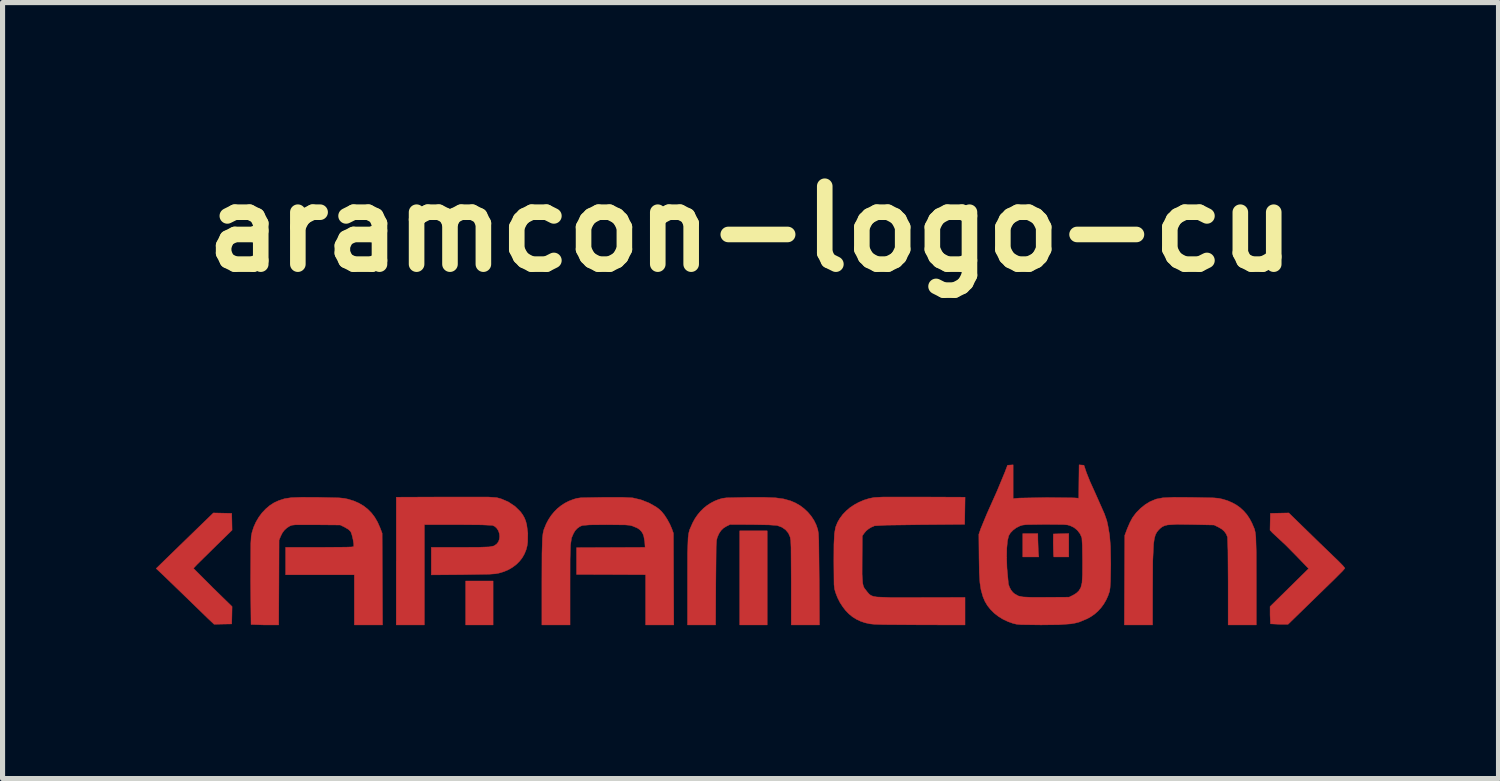
<source format=kicad_pcb>
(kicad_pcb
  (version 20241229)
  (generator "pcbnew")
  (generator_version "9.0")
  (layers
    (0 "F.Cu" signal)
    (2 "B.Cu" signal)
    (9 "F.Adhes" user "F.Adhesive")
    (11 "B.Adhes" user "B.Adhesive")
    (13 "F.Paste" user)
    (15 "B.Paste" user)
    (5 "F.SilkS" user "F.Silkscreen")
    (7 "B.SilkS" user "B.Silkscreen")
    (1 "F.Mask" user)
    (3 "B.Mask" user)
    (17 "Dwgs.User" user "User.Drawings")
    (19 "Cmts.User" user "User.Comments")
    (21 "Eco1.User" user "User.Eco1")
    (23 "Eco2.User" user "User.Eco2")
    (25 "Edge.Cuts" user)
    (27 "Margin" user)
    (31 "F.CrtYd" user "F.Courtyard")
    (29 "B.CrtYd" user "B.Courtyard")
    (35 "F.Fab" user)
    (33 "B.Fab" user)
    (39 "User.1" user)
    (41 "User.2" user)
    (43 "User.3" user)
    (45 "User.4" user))
  (footprint "aramcon-logo-cu"
    (layer "F.Cu")
    (at 11.629 7.607)
    (property "Reference" "aramcon-logo-cu" (at 0 -6.18 0) (layer "F.SilkS") (effects (font (size 1.524 1.524) (thickness 0.305))))
    (attr smd)
    (fp_poly (pts (xy -5.572 1.136) (xy -5.572 0.706) (xy -5.304 0.706) (xy -5.035 0.706) (xy -5.035 1.136) (xy -5.035 1.566) (xy -5.304 1.566) (xy -5.572 1.566) (xy -5.572 1.136)) (stroke (width 0.008) (type solid)) (fill yes) (layer "F.Cu"))
    (fp_poly (pts (xy -0.212 0.646) (xy -0.212 -0.275) (xy 0.057 -0.275) (xy 0.326 -0.275) (xy 0.326 0.646) (xy 0.326 1.566) (xy 0.057 1.566) (xy -0.212 1.566) (xy -0.212 0.646)) (stroke (width 0.008) (type solid)) (fill yes) (layer "F.Cu"))
    (fp_poly (pts (xy 5.925 0.185) (xy 5.92 -0.04) (xy 5.922 -0.214) (xy 6.073 -0.218) (xy 6.224 -0.222) (xy 6.224 0.007) (xy 6.224 0.236) (xy 6.078 0.236) (xy 5.931 0.236) (xy 5.925 0.186) (xy 5.925 0.185)) (stroke (width 0.008) (type solid)) (fill yes) (layer "F.Cu"))
    (fp_poly (pts (xy 5.324 0.007) (xy 5.324 -0.221) (xy 5.472 -0.221) (xy 5.619 -0.221) (xy 5.62 -0.103) (xy 5.628 0.125) (xy 5.637 0.236) (xy 5.48 0.236) (xy 5.324 0.236) (xy 5.324 0.007) (xy 5.324 0.007) (xy 5.324 0.007)) (stroke (width 0.008) (type solid)) (fill yes) (layer "F.Cu"))
    (fp_poly (pts (xy -10.615 1.436) (xy -11.055 1.009) (xy -11.498 0.581) (xy -11.625 0.462) (xy -11.423 0.265) (xy -10.863 -0.279) (xy -10.506 -0.625) (xy -10.326 -0.621) (xy -10.147 -0.617) (xy -10.143 -0.453) (xy -10.14 -0.289) (xy -10.446 0.01) (xy -10.824 0.382) (xy -10.881 0.442) (xy -10.893 0.461) (xy -10.516 0.839) (xy -10.14 1.206) (xy -10.143 1.376) (xy -10.147 1.546) (xy -10.319 1.549) (xy -10.491 1.553) (xy -10.615 1.436) (xy -10.615 1.436)) (stroke (width 0.008) (type solid)) (fill yes) (layer "F.Cu"))
    (fp_poly (pts (xy 10.169 1.543) (xy 10.161 1.371) (xy 10.161 1.206) (xy 10.538 0.835) (xy 10.915 0.464) (xy 10.669 0.209) (xy 10.472 0.009) (xy 10.341 -0.113) (xy 10.209 -0.235) (xy 10.16 -0.289) (xy 10.163 -0.453) (xy 10.167 -0.617) (xy 10.347 -0.621) (xy 10.527 -0.625) (xy 10.696 -0.46) (xy 11.121 -0.046) (xy 11.501 0.32) (xy 11.588 0.409) (xy 11.625 0.456) (xy 11.581 0.508) (xy 11.429 0.661) (xy 10.669 1.401) (xy 10.513 1.553) (xy 10.346 1.553) (xy 10.169 1.544) (xy 10.169 1.544) (xy 10.169 1.543)) (stroke (width 0.008) (type solid)) (fill yes) (layer "F.Cu"))
    (fp_poly (pts (xy -6.929 0.316) (xy -6.929 -0.933) (xy -6.187 -0.936) (xy -5.124 -0.936) (xy -4.965 -0.925) (xy -4.878 -0.901) (xy -4.734 -0.839) (xy -4.607 -0.754) (xy -4.501 -0.65) (xy -4.458 -0.592) (xy -4.424 -0.532) (xy -4.398 -0.469) (xy -4.378 -0.395) (xy -4.356 -0.228) (xy -4.359 -0.057) (xy -4.37 0.022) (xy -4.389 0.094) (xy -4.422 0.176) (xy -4.466 0.253) (xy -4.52 0.322) (xy -4.583 0.384) (xy -4.655 0.438) (xy -4.735 0.485) (xy -4.824 0.523) (xy -4.921 0.552) (xy -4.992 0.565) (xy -5.108 0.573) (xy -5.63 0.582) (xy -6.244 0.587) (xy -6.244 0.318) (xy -6.244 0.048) (xy -5.669 0.048) (xy -5.311 0.046) (xy -5.113 0.039) (xy -5.018 0.02) (xy -4.966 -0.016) (xy -4.932 -0.059) (xy -4.913 -0.11) (xy -4.907 -0.166) (xy -4.913 -0.222) (xy -4.931 -0.276) (xy -4.96 -0.322) (xy -4.998 -0.359) (xy -5.046 -0.382) (xy -5.255 -0.392) (xy -5.737 -0.396) (xy -6.379 -0.396) (xy -6.379 0.585) (xy -6.379 1.566) (xy -6.654 1.566) (xy -6.93 1.566) (xy -6.93 0.316) (xy -6.929 0.316)) (stroke (width 0.008) (type solid)) (fill yes) (layer "F.Cu"))
    (fp_poly (pts (xy 7.315 0.689) (xy 7.319 -0.187) (xy 7.369 -0.32) (xy 7.42 -0.438) (xy 7.474 -0.538) (xy 7.543 -0.629) (xy 7.628 -0.715) (xy 7.72 -0.789) (xy 7.812 -0.845) (xy 7.93 -0.895) (xy 8.064 -0.921) (xy 8.273 -0.931) (xy 8.615 -0.929) (xy 9.058 -0.92) (xy 9.156 -0.911) (xy 9.23 -0.895) (xy 9.329 -0.865) (xy 9.419 -0.826) (xy 9.503 -0.78) (xy 9.578 -0.726) (xy 9.646 -0.663) (xy 9.707 -0.593) (xy 9.76 -0.514) (xy 9.806 -0.427) (xy 9.857 -0.308) (xy 9.872 -0.242) (xy 9.882 -0.155) (xy 9.891 0.142) (xy 9.892 0.695) (xy 9.892 1.566) (xy 9.616 1.566) (xy 9.341 1.566) (xy 9.341 0.73) (xy 9.337 0.11) (xy 9.328 -0.153) (xy 9.304 -0.212) (xy 9.267 -0.264) (xy 9.218 -0.308) (xy 9.155 -0.345) (xy 9.066 -0.389) (xy 8.643 -0.398) (xy 8.338 -0.402) (xy 8.159 -0.391) (xy 8.102 -0.377) (xy 8.057 -0.357) (xy 8.019 -0.329) (xy 7.981 -0.292) (xy 7.946 -0.249) (xy 7.918 -0.196) (xy 7.898 -0.123) (xy 7.883 -0.02) (xy 7.867 0.315) (xy 7.864 0.891) (xy 7.863 1.566) (xy 7.587 1.566) (xy 7.311 1.566) (xy 7.315 0.689) (xy 7.315 0.689)) (stroke (width 0.008) (type solid)) (fill yes) (layer "F.Cu"))
    (fp_poly (pts (xy -1.233 0.711) (xy -1.232 0.157) (xy -1.221 -0.14) (xy -1.209 -0.229) (xy -1.191 -0.297) (xy -1.131 -0.433) (xy -1.088 -0.512) (xy -1.038 -0.585) (xy -0.982 -0.653) (xy -0.92 -0.715) (xy -0.852 -0.77) (xy -0.78 -0.817) (xy -0.704 -0.857) (xy -0.624 -0.889) (xy -0.553 -0.91) (xy -0.47 -0.921) (xy -0.051 -0.93) (xy 0.269 -0.93) (xy 0.49 -0.921) (xy 0.649 -0.899) (xy 0.784 -0.861) (xy 0.877 -0.821) (xy 0.965 -0.771) (xy 1.046 -0.71) (xy 1.12 -0.641) (xy 1.185 -0.564) (xy 1.24 -0.481) (xy 1.284 -0.392) (xy 1.315 -0.3) (xy 1.328 -0.226) (xy 1.335 -0.079) (xy 1.343 0.676) (xy 1.348 1.566) (xy 1.072 1.566) (xy 0.796 1.566) (xy 0.796 0.742) (xy 0.792 0.054) (xy 0.786 -0.086) (xy 0.775 -0.152) (xy 0.74 -0.231) (xy 0.685 -0.296) (xy 0.612 -0.346) (xy 0.52 -0.38) (xy 0.362 -0.391) (xy 0.034 -0.397) (xy -0.4 -0.399) (xy -0.474 -0.363) (xy -0.53 -0.328) (xy -0.577 -0.282) (xy -0.617 -0.222) (xy -0.65 -0.147) (xy -0.664 -0.09) (xy -0.672 0.034) (xy -0.679 0.743) (xy -0.683 1.566) (xy -0.958 1.566) (xy -1.233 1.566) (xy -1.233 0.711) (xy -1.233 0.711)) (stroke (width 0.008) (type solid)) (fill yes) (layer "F.Cu"))
    (fp_poly (pts (xy 2.336 1.544) (xy 2.24 1.523) (xy 2.152 1.493) (xy 2.071 1.455) (xy 1.996 1.408) (xy 1.927 1.352) (xy 1.863 1.287) (xy 1.804 1.211) (xy 1.749 1.126) (xy 1.701 1.031) (xy 1.662 0.93) (xy 1.643 0.862) (xy 1.633 0.774) (xy 1.629 0.319) (xy 1.631 -0.013) (xy 1.641 -0.218) (xy 1.663 -0.345) (xy 1.702 -0.442) (xy 1.749 -0.522) (xy 1.805 -0.597) (xy 1.872 -0.666) (xy 1.947 -0.73) (xy 2.031 -0.786) (xy 2.121 -0.835) (xy 2.218 -0.876) (xy 2.321 -0.908) (xy 2.417 -0.927) (xy 2.584 -0.936) (xy 3.52 -0.936) (xy 4.196 -0.933) (xy 4.192 -0.668) (xy 4.188 -0.402) (xy 3.328 -0.395) (xy 2.659 -0.386) (xy 2.424 -0.373) (xy 2.363 -0.346) (xy 2.308 -0.313) (xy 2.262 -0.275) (xy 2.226 -0.233) (xy 2.186 -0.176) (xy 2.183 0.273) (xy 2.182 0.576) (xy 2.193 0.747) (xy 2.205 0.801) (xy 2.223 0.843) (xy 2.282 0.919) (xy 2.316 0.958) (xy 2.35 0.986) (xy 2.398 1.006) (xy 2.472 1.019) (xy 2.76 1.03) (xy 3.325 1.029) (xy 4.195 1.027) (xy 4.195 1.296) (xy 4.195 1.566) (xy 3.319 1.564) (xy 2.598 1.559) (xy 2.427 1.553) (xy 2.336 1.544) (xy 2.336 1.544) (xy 2.336 1.544)) (stroke (width 0.008) (type solid)) (fill yes) (layer "F.Cu"))
    (fp_poly (pts (xy -9.769 1.557) (xy -9.778 0.706) (xy -9.774 -0.029) (xy -9.766 -0.164) (xy -9.751 -0.242) (xy -9.718 -0.347) (xy -9.673 -0.447) (xy -9.618 -0.541) (xy -9.554 -0.627) (xy -9.481 -0.704) (xy -9.402 -0.771) (xy -9.318 -0.825) (xy -9.229 -0.866) (xy -9.112 -0.904) (xy -8.98 -0.924) (xy -8.784 -0.931) (xy -8.47 -0.93) (xy -8.043 -0.92) (xy -7.945 -0.91) (xy -7.87 -0.894) (xy -7.76 -0.86) (xy -7.659 -0.816) (xy -7.568 -0.762) (xy -7.487 -0.699) (xy -7.414 -0.625) (xy -7.35 -0.541) (xy -7.295 -0.446) (xy -7.248 -0.341) (xy -7.205 -0.228) (xy -7.201 0.669) (xy -7.197 1.566) (xy -7.473 1.566) (xy -7.749 1.566) (xy -7.749 1.075) (xy -7.749 0.585) (xy -8.421 0.585) (xy -9.093 0.585) (xy -9.093 0.316) (xy -9.093 0.048) (xy -8.429 0.048) (xy -7.912 0.044) (xy -7.797 0.04) (xy -7.76 0.032) (xy -7.761 -0.021) (xy -7.775 -0.109) (xy -7.797 -0.199) (xy -7.818 -0.257) (xy -7.861 -0.301) (xy -7.935 -0.345) (xy -8.024 -0.389) (xy -8.49 -0.393) (xy -8.899 -0.393) (xy -8.971 -0.385) (xy -9.011 -0.369) (xy -9.068 -0.333) (xy -9.117 -0.288) (xy -9.158 -0.233) (xy -9.189 -0.171) (xy -9.221 -0.093) (xy -9.224 0.736) (xy -9.228 1.566) (xy -9.494 1.566) (xy -9.769 1.557) (xy -9.769 1.557)) (stroke (width 0.008) (type solid)) (fill yes) (layer "F.Cu"))
    (fp_poly (pts (xy -4.081 0.716) (xy -4.079 0.167) (xy -4.07 -0.134) (xy -4.059 -0.225) (xy -4.044 -0.293) (xy -3.995 -0.414) (xy -3.95 -0.498) (xy -3.899 -0.575) (xy -3.841 -0.646) (xy -3.778 -0.71) (xy -3.708 -0.766) (xy -3.634 -0.815) (xy -3.554 -0.856) (xy -3.47 -0.889) (xy -3.4 -0.91) (xy -3.315 -0.922) (xy -2.881 -0.93) (xy -2.5 -0.93) (xy -2.304 -0.92) (xy -2.143 -0.882) (xy -1.985 -0.82) (xy -1.847 -0.742) (xy -1.789 -0.699) (xy -1.741 -0.654) (xy -1.684 -0.584) (xy -1.628 -0.497) (xy -1.578 -0.405) (xy -1.539 -0.315) (xy -1.508 -0.228) (xy -1.505 0.669) (xy -1.501 1.566) (xy -1.777 1.566) (xy -2.052 1.566) (xy -2.052 1.076) (xy -2.052 0.585) (xy -2.096 0.583) (xy -2.771 0.58) (xy -3.403 0.578) (xy -3.403 0.316) (xy -3.403 0.054) (xy -2.732 0.051) (xy -2.062 0.048) (xy -2.069 -0.06) (xy -2.089 -0.175) (xy -2.108 -0.222) (xy -2.133 -0.262) (xy -2.165 -0.296) (xy -2.205 -0.325) (xy -2.31 -0.37) (xy -2.366 -0.384) (xy -2.448 -0.391) (xy -2.814 -0.395) (xy -3.144 -0.392) (xy -3.289 -0.38) (xy -3.341 -0.358) (xy -3.388 -0.324) (xy -3.429 -0.28) (xy -3.461 -0.228) (xy -3.501 -0.135) (xy -3.521 0.003) (xy -3.529 0.274) (xy -3.53 0.77) (xy -3.53 1.566) (xy -3.806 1.566) (xy -4.081 1.566) (xy -4.081 0.716) (xy -4.081 0.716) (xy -4.081 0.716)) (stroke (width 0.008) (type solid)) (fill yes) (layer "F.Cu"))
    (fp_poly (pts (xy 6.308 0.984) (xy 7.04 0.713) (xy 7.032 0.837) (xy 7.022 0.909) (xy 6.991 0.997) (xy 6.953 1.08) (xy 6.908 1.157) (xy 6.856 1.228) (xy 6.797 1.293) (xy 6.733 1.35) (xy 6.662 1.4) (xy 6.586 1.443) (xy 6.433 1.507) (xy 6.354 1.528) (xy 6.265 1.544) (xy 6.031 1.561) (xy 5.68 1.565) (xy 5.293 1.56) (xy 5.206 1.552) (xy 5.142 1.537) (xy 5.142 1.537) (xy 5.142 1.538) (xy 5.037 1.501) (xy 4.939 1.455) (xy 4.848 1.399) (xy 4.766 1.335) (xy 4.694 1.263) (xy 4.632 1.185) (xy 4.582 1.1) (xy 4.545 1.011) (xy 4.508 0.88) (xy 4.486 0.738) (xy 4.474 0.541) (xy 4.469 0.246) (xy 4.465 -0.207) (xy 4.503 -0.318) (xy 4.624 -0.611) (xy 4.821 -1.052) (xy 4.975 -1.423) (xy 5.026 -1.558) (xy 5.081 -1.562) (xy 5.136 -1.566) (xy 5.136 -1.236) (xy 5.136 -0.906) (xy 5.26 -0.916) (xy 5.791 -0.926) (xy 6.325 -0.92) (xy 6.419 -0.913) (xy 6.422 -1.24) (xy 6.426 -1.566) (xy 6.473 -1.562) (xy 6.521 -1.558) (xy 6.567 -1.42) (xy 6.638 -1.242) (xy 6.743 -1.01) (xy 6.922 -0.606) (xy 6.969 -0.471) (xy 6.99 -0.375) (xy 7.022 -0.19) (xy 7.04 0.032) (xy 7.046 0.377) (xy 7.04 0.713) (xy 6.308 0.984) (xy 6.373 0.944) (xy 6.42 0.9) (xy 6.46 0.834) (xy 6.483 0.742) (xy 6.492 0.583) (xy 6.493 0.316) (xy 6.489 0.013) (xy 6.48 -0.138) (xy 6.446 -0.216) (xy 6.394 -0.284) (xy 6.328 -0.339) (xy 6.249 -0.377) (xy 6.198 -0.391) (xy 6.12 -0.398) (xy 5.76 -0.401) (xy 5.393 -0.396) (xy 5.32 -0.387) (xy 5.268 -0.371) (xy 5.197 -0.335) (xy 5.133 -0.287) (xy 5.082 -0.234) (xy 5.049 -0.178) (xy 5.026 -0.082) (xy 5.012 0.061) (xy 5.009 0.242) (xy 5.015 0.451) (xy 5.044 0.767) (xy 5.064 0.826) (xy 5.094 0.882) (xy 5.13 0.928) (xy 5.168 0.96) (xy 5.239 0.999) (xy 5.329 1.018) (xy 5.489 1.025) (xy 5.774 1.025) (xy 6.231 1.022) (xy 6.308 0.984) (xy 6.308 0.984)) (stroke (width 0.008) (type solid)) (fill yes) (layer "F.Cu"))
    (fp_poly (pts (xy -5.572 1.136) (xy -5.572 0.706) (xy -5.304 0.706) (xy -5.035 0.706) (xy -5.035 1.136) (xy -5.035 1.566) (xy -5.304 1.566) (xy -5.572 1.566) (xy -5.572 1.136)) (stroke (width 0.008) (type solid)) (fill yes) (layer "F.Mask"))
    (fp_poly (pts (xy -0.212 0.646) (xy -0.212 -0.275) (xy 0.057 -0.275) (xy 0.326 -0.275) (xy 0.326 0.646) (xy 0.326 1.566) (xy 0.057 1.566) (xy -0.212 1.566) (xy -0.212 0.646)) (stroke (width 0.008) (type solid)) (fill yes) (layer "F.Mask"))
    (fp_poly (pts (xy 5.925 0.185) (xy 5.92 -0.04) (xy 5.922 -0.214) (xy 6.073 -0.218) (xy 6.224 -0.222) (xy 6.224 0.007) (xy 6.224 0.236) (xy 6.078 0.236) (xy 5.931 0.236) (xy 5.925 0.186) (xy 5.925 0.185)) (stroke (width 0.008) (type solid)) (fill yes) (layer "F.Mask"))
    (fp_poly (pts (xy 5.324 0.007) (xy 5.324 -0.221) (xy 5.472 -0.221) (xy 5.619 -0.221) (xy 5.62 -0.103) (xy 5.628 0.125) (xy 5.637 0.236) (xy 5.48 0.236) (xy 5.324 0.236) (xy 5.324 0.007) (xy 5.324 0.007) (xy 5.324 0.007)) (stroke (width 0.008) (type solid)) (fill yes) (layer "F.Mask"))
    (fp_poly (pts (xy -10.615 1.436) (xy -11.055 1.009) (xy -11.498 0.581) (xy -11.625 0.462) (xy -11.423 0.265) (xy -10.863 -0.279) (xy -10.506 -0.625) (xy -10.326 -0.621) (xy -10.147 -0.617) (xy -10.143 -0.453) (xy -10.14 -0.289) (xy -10.446 0.01) (xy -10.824 0.382) (xy -10.881 0.442) (xy -10.893 0.461) (xy -10.516 0.839) (xy -10.14 1.206) (xy -10.143 1.376) (xy -10.147 1.546) (xy -10.319 1.549) (xy -10.491 1.553) (xy -10.615 1.436) (xy -10.615 1.436)) (stroke (width 0.008) (type solid)) (fill yes) (layer "F.Mask"))
    (fp_poly (pts (xy 10.169 1.543) (xy 10.161 1.371) (xy 10.161 1.206) (xy 10.538 0.835) (xy 10.915 0.464) (xy 10.669 0.209) (xy 10.472 0.009) (xy 10.341 -0.113) (xy 10.209 -0.235) (xy 10.16 -0.289) (xy 10.163 -0.453) (xy 10.167 -0.617) (xy 10.347 -0.621) (xy 10.527 -0.625) (xy 10.696 -0.46) (xy 11.121 -0.046) (xy 11.501 0.32) (xy 11.588 0.409) (xy 11.625 0.456) (xy 11.581 0.508) (xy 11.429 0.661) (xy 10.669 1.401) (xy 10.513 1.553) (xy 10.346 1.553) (xy 10.169 1.544) (xy 10.169 1.544) (xy 10.169 1.543)) (stroke (width 0.008) (type solid)) (fill yes) (layer "F.Mask"))
    (fp_poly (pts (xy -6.929 0.316) (xy -6.929 -0.933) (xy -6.187 -0.936) (xy -5.124 -0.936) (xy -4.965 -0.925) (xy -4.878 -0.901) (xy -4.734 -0.839) (xy -4.607 -0.754) (xy -4.501 -0.65) (xy -4.458 -0.592) (xy -4.424 -0.532) (xy -4.398 -0.469) (xy -4.378 -0.395) (xy -4.356 -0.228) (xy -4.359 -0.057) (xy -4.37 0.022) (xy -4.389 0.094) (xy -4.422 0.176) (xy -4.466 0.253) (xy -4.52 0.322) (xy -4.583 0.384) (xy -4.655 0.438) (xy -4.735 0.485) (xy -4.824 0.523) (xy -4.921 0.552) (xy -4.992 0.565) (xy -5.108 0.573) (xy -5.63 0.582) (xy -6.244 0.587) (xy -6.244 0.318) (xy -6.244 0.048) (xy -5.669 0.048) (xy -5.311 0.046) (xy -5.113 0.039) (xy -5.018 0.02) (xy -4.966 -0.016) (xy -4.932 -0.059) (xy -4.913 -0.11) (xy -4.907 -0.166) (xy -4.913 -0.222) (xy -4.931 -0.276) (xy -4.96 -0.322) (xy -4.998 -0.359) (xy -5.046 -0.382) (xy -5.255 -0.392) (xy -5.737 -0.396) (xy -6.379 -0.396) (xy -6.379 0.585) (xy -6.379 1.566) (xy -6.654 1.566) (xy -6.93 1.566) (xy -6.93 0.316) (xy -6.929 0.316)) (stroke (width 0.008) (type solid)) (fill yes) (layer "F.Mask"))
    (fp_poly (pts (xy 7.315 0.689) (xy 7.319 -0.187) (xy 7.369 -0.32) (xy 7.42 -0.438) (xy 7.474 -0.538) (xy 7.543 -0.629) (xy 7.628 -0.715) (xy 7.72 -0.789) (xy 7.812 -0.845) (xy 7.93 -0.895) (xy 8.064 -0.921) (xy 8.273 -0.931) (xy 8.615 -0.929) (xy 9.058 -0.92) (xy 9.156 -0.911) (xy 9.23 -0.895) (xy 9.329 -0.865) (xy 9.419 -0.826) (xy 9.503 -0.78) (xy 9.578 -0.726) (xy 9.646 -0.663) (xy 9.707 -0.593) (xy 9.76 -0.514) (xy 9.806 -0.427) (xy 9.857 -0.308) (xy 9.872 -0.242) (xy 9.882 -0.155) (xy 9.891 0.142) (xy 9.892 0.695) (xy 9.892 1.566) (xy 9.616 1.566) (xy 9.341 1.566) (xy 9.341 0.73) (xy 9.337 0.11) (xy 9.328 -0.153) (xy 9.304 -0.212) (xy 9.267 -0.264) (xy 9.218 -0.308) (xy 9.155 -0.345) (xy 9.066 -0.389) (xy 8.643 -0.398) (xy 8.338 -0.402) (xy 8.159 -0.391) (xy 8.102 -0.377) (xy 8.057 -0.357) (xy 8.019 -0.329) (xy 7.981 -0.292) (xy 7.946 -0.249) (xy 7.918 -0.196) (xy 7.898 -0.123) (xy 7.883 -0.02) (xy 7.867 0.315) (xy 7.864 0.891) (xy 7.863 1.566) (xy 7.587 1.566) (xy 7.311 1.566) (xy 7.315 0.689) (xy 7.315 0.689)) (stroke (width 0.008) (type solid)) (fill yes) (layer "F.Mask"))
    (fp_poly (pts (xy -1.233 0.711) (xy -1.232 0.157) (xy -1.221 -0.14) (xy -1.209 -0.229) (xy -1.191 -0.297) (xy -1.131 -0.433) (xy -1.088 -0.512) (xy -1.038 -0.585) (xy -0.982 -0.653) (xy -0.92 -0.715) (xy -0.852 -0.77) (xy -0.78 -0.817) (xy -0.704 -0.857) (xy -0.624 -0.889) (xy -0.553 -0.91) (xy -0.47 -0.921) (xy -0.051 -0.93) (xy 0.269 -0.93) (xy 0.49 -0.921) (xy 0.649 -0.899) (xy 0.784 -0.861) (xy 0.877 -0.821) (xy 0.965 -0.771) (xy 1.046 -0.71) (xy 1.12 -0.641) (xy 1.185 -0.564) (xy 1.24 -0.481) (xy 1.284 -0.392) (xy 1.315 -0.3) (xy 1.328 -0.226) (xy 1.335 -0.079) (xy 1.343 0.676) (xy 1.348 1.566) (xy 1.072 1.566) (xy 0.796 1.566) (xy 0.796 0.742) (xy 0.792 0.054) (xy 0.786 -0.086) (xy 0.775 -0.152) (xy 0.74 -0.231) (xy 0.685 -0.296) (xy 0.612 -0.346) (xy 0.52 -0.38) (xy 0.362 -0.391) (xy 0.034 -0.397) (xy -0.4 -0.399) (xy -0.474 -0.363) (xy -0.53 -0.328) (xy -0.577 -0.282) (xy -0.617 -0.222) (xy -0.65 -0.147) (xy -0.664 -0.09) (xy -0.672 0.034) (xy -0.679 0.743) (xy -0.683 1.566) (xy -0.958 1.566) (xy -1.233 1.566) (xy -1.233 0.711) (xy -1.233 0.711)) (stroke (width 0.008) (type solid)) (fill yes) (layer "F.Mask"))
    (fp_poly (pts (xy 2.336 1.544) (xy 2.24 1.523) (xy 2.152 1.493) (xy 2.071 1.455) (xy 1.996 1.408) (xy 1.927 1.352) (xy 1.863 1.287) (xy 1.804 1.211) (xy 1.749 1.126) (xy 1.701 1.031) (xy 1.662 0.93) (xy 1.643 0.862) (xy 1.633 0.774) (xy 1.629 0.319) (xy 1.631 -0.013) (xy 1.641 -0.218) (xy 1.663 -0.345) (xy 1.702 -0.442) (xy 1.749 -0.522) (xy 1.805 -0.597) (xy 1.872 -0.666) (xy 1.947 -0.73) (xy 2.031 -0.786) (xy 2.121 -0.835) (xy 2.218 -0.876) (xy 2.321 -0.908) (xy 2.417 -0.927) (xy 2.584 -0.936) (xy 3.52 -0.936) (xy 4.196 -0.933) (xy 4.192 -0.668) (xy 4.188 -0.402) (xy 3.328 -0.395) (xy 2.659 -0.386) (xy 2.424 -0.373) (xy 2.363 -0.346) (xy 2.308 -0.313) (xy 2.262 -0.275) (xy 2.226 -0.233) (xy 2.186 -0.176) (xy 2.183 0.273) (xy 2.182 0.576) (xy 2.193 0.747) (xy 2.205 0.801) (xy 2.223 0.843) (xy 2.282 0.919) (xy 2.316 0.958) (xy 2.35 0.986) (xy 2.398 1.006) (xy 2.472 1.019) (xy 2.76 1.03) (xy 3.325 1.029) (xy 4.195 1.027) (xy 4.195 1.296) (xy 4.195 1.566) (xy 3.319 1.564) (xy 2.598 1.559) (xy 2.427 1.553) (xy 2.336 1.544) (xy 2.336 1.544) (xy 2.336 1.544)) (stroke (width 0.008) (type solid)) (fill yes) (layer "F.Mask"))
    (fp_poly (pts (xy -9.769 1.557) (xy -9.778 0.706) (xy -9.774 -0.029) (xy -9.766 -0.164) (xy -9.751 -0.242) (xy -9.718 -0.347) (xy -9.673 -0.447) (xy -9.618 -0.541) (xy -9.554 -0.627) (xy -9.481 -0.704) (xy -9.402 -0.771) (xy -9.318 -0.825) (xy -9.229 -0.866) (xy -9.112 -0.904) (xy -8.98 -0.924) (xy -8.784 -0.931) (xy -8.47 -0.93) (xy -8.043 -0.92) (xy -7.945 -0.91) (xy -7.87 -0.894) (xy -7.76 -0.86) (xy -7.659 -0.816) (xy -7.568 -0.762) (xy -7.487 -0.699) (xy -7.414 -0.625) (xy -7.35 -0.541) (xy -7.295 -0.446) (xy -7.248 -0.341) (xy -7.205 -0.228) (xy -7.201 0.669) (xy -7.197 1.566) (xy -7.473 1.566) (xy -7.749 1.566) (xy -7.749 1.075) (xy -7.749 0.585) (xy -8.421 0.585) (xy -9.093 0.585) (xy -9.093 0.316) (xy -9.093 0.048) (xy -8.429 0.048) (xy -7.912 0.044) (xy -7.797 0.04) (xy -7.76 0.032) (xy -7.761 -0.021) (xy -7.775 -0.109) (xy -7.797 -0.199) (xy -7.818 -0.257) (xy -7.861 -0.301) (xy -7.935 -0.345) (xy -8.024 -0.389) (xy -8.49 -0.393) (xy -8.899 -0.393) (xy -8.971 -0.385) (xy -9.011 -0.369) (xy -9.068 -0.333) (xy -9.117 -0.288) (xy -9.158 -0.233) (xy -9.189 -0.171) (xy -9.221 -0.093) (xy -9.224 0.736) (xy -9.228 1.566) (xy -9.494 1.566) (xy -9.769 1.557) (xy -9.769 1.557)) (stroke (width 0.008) (type solid)) (fill yes) (layer "F.Mask"))
    (fp_poly (pts (xy -4.081 0.716) (xy -4.079 0.167) (xy -4.07 -0.134) (xy -4.059 -0.225) (xy -4.044 -0.293) (xy -3.995 -0.414) (xy -3.95 -0.498) (xy -3.899 -0.575) (xy -3.841 -0.646) (xy -3.778 -0.71) (xy -3.708 -0.766) (xy -3.634 -0.815) (xy -3.554 -0.856) (xy -3.47 -0.889) (xy -3.4 -0.91) (xy -3.315 -0.922) (xy -2.881 -0.93) (xy -2.5 -0.93) (xy -2.304 -0.92) (xy -2.143 -0.882) (xy -1.985 -0.82) (xy -1.847 -0.742) (xy -1.789 -0.699) (xy -1.741 -0.654) (xy -1.684 -0.584) (xy -1.628 -0.497) (xy -1.578 -0.405) (xy -1.539 -0.315) (xy -1.508 -0.228) (xy -1.505 0.669) (xy -1.501 1.566) (xy -1.777 1.566) (xy -2.052 1.566) (xy -2.052 1.076) (xy -2.052 0.585) (xy -2.096 0.583) (xy -2.771 0.58) (xy -3.403 0.578) (xy -3.403 0.316) (xy -3.403 0.054) (xy -2.732 0.051) (xy -2.062 0.048) (xy -2.069 -0.06) (xy -2.089 -0.175) (xy -2.108 -0.222) (xy -2.133 -0.262) (xy -2.165 -0.296) (xy -2.205 -0.325) (xy -2.31 -0.37) (xy -2.366 -0.384) (xy -2.448 -0.391) (xy -2.814 -0.395) (xy -3.144 -0.392) (xy -3.289 -0.38) (xy -3.341 -0.358) (xy -3.388 -0.324) (xy -3.429 -0.28) (xy -3.461 -0.228) (xy -3.501 -0.135) (xy -3.521 0.003) (xy -3.529 0.274) (xy -3.53 0.77) (xy -3.53 1.566) (xy -3.806 1.566) (xy -4.081 1.566) (xy -4.081 0.716) (xy -4.081 0.716) (xy -4.081 0.716)) (stroke (width 0.008) (type solid)) (fill yes) (layer "F.Mask"))
    (fp_poly (pts (xy 6.308 0.984) (xy 7.04 0.713) (xy 7.032 0.837) (xy 7.022 0.909) (xy 6.991 0.997) (xy 6.953 1.08) (xy 6.908 1.157) (xy 6.856 1.228) (xy 6.797 1.293) (xy 6.733 1.35) (xy 6.662 1.4) (xy 6.586 1.443) (xy 6.433 1.507) (xy 6.354 1.528) (xy 6.265 1.544) (xy 6.031 1.561) (xy 5.68 1.565) (xy 5.293 1.56) (xy 5.206 1.552) (xy 5.142 1.537) (xy 5.142 1.537) (xy 5.142 1.538) (xy 5.037 1.501) (xy 4.939 1.455) (xy 4.848 1.399) (xy 4.766 1.335) (xy 4.694 1.263) (xy 4.632 1.185) (xy 4.582 1.1) (xy 4.545 1.011) (xy 4.508 0.88) (xy 4.486 0.738) (xy 4.474 0.541) (xy 4.469 0.246) (xy 4.465 -0.207) (xy 4.503 -0.318) (xy 4.624 -0.611) (xy 4.821 -1.052) (xy 4.975 -1.423) (xy 5.026 -1.558) (xy 5.081 -1.562) (xy 5.136 -1.566) (xy 5.136 -1.236) (xy 5.136 -0.906) (xy 5.26 -0.916) (xy 5.791 -0.926) (xy 6.325 -0.92) (xy 6.419 -0.913) (xy 6.422 -1.24) (xy 6.426 -1.566) (xy 6.473 -1.562) (xy 6.521 -1.558) (xy 6.567 -1.42) (xy 6.638 -1.242) (xy 6.743 -1.01) (xy 6.922 -0.606) (xy 6.969 -0.471) (xy 6.99 -0.375) (xy 7.022 -0.19) (xy 7.04 0.032) (xy 7.046 0.377) (xy 7.04 0.713) (xy 6.308 0.984) (xy 6.373 0.944) (xy 6.42 0.9) (xy 6.46 0.834) (xy 6.483 0.742) (xy 6.492 0.583) (xy 6.493 0.316) (xy 6.489 0.013) (xy 6.48 -0.138) (xy 6.446 -0.216) (xy 6.394 -0.284) (xy 6.328 -0.339) (xy 6.249 -0.377) (xy 6.198 -0.391) (xy 6.12 -0.398) (xy 5.76 -0.401) (xy 5.393 -0.396) (xy 5.32 -0.387) (xy 5.268 -0.371) (xy 5.197 -0.335) (xy 5.133 -0.287) (xy 5.082 -0.234) (xy 5.049 -0.178) (xy 5.026 -0.082) (xy 5.012 0.061) (xy 5.009 0.242) (xy 5.015 0.451) (xy 5.044 0.767) (xy 5.064 0.826) (xy 5.094 0.882) (xy 5.13 0.928) (xy 5.168 0.96) (xy 5.239 0.999) (xy 5.329 1.018) (xy 5.489 1.025) (xy 5.774 1.025) (xy 6.231 1.022) (xy 6.308 0.984) (xy 6.308 0.984)) (stroke (width 0.008) (type solid)) (fill yes) (layer "F.Mask")))
  (gr_rect
    (start -3 -3)
    (end 26.258 12.177)
    (stroke (width 0.1) (type default))
    (fill no)
    (layer "Edge.Cuts")))
</source>
